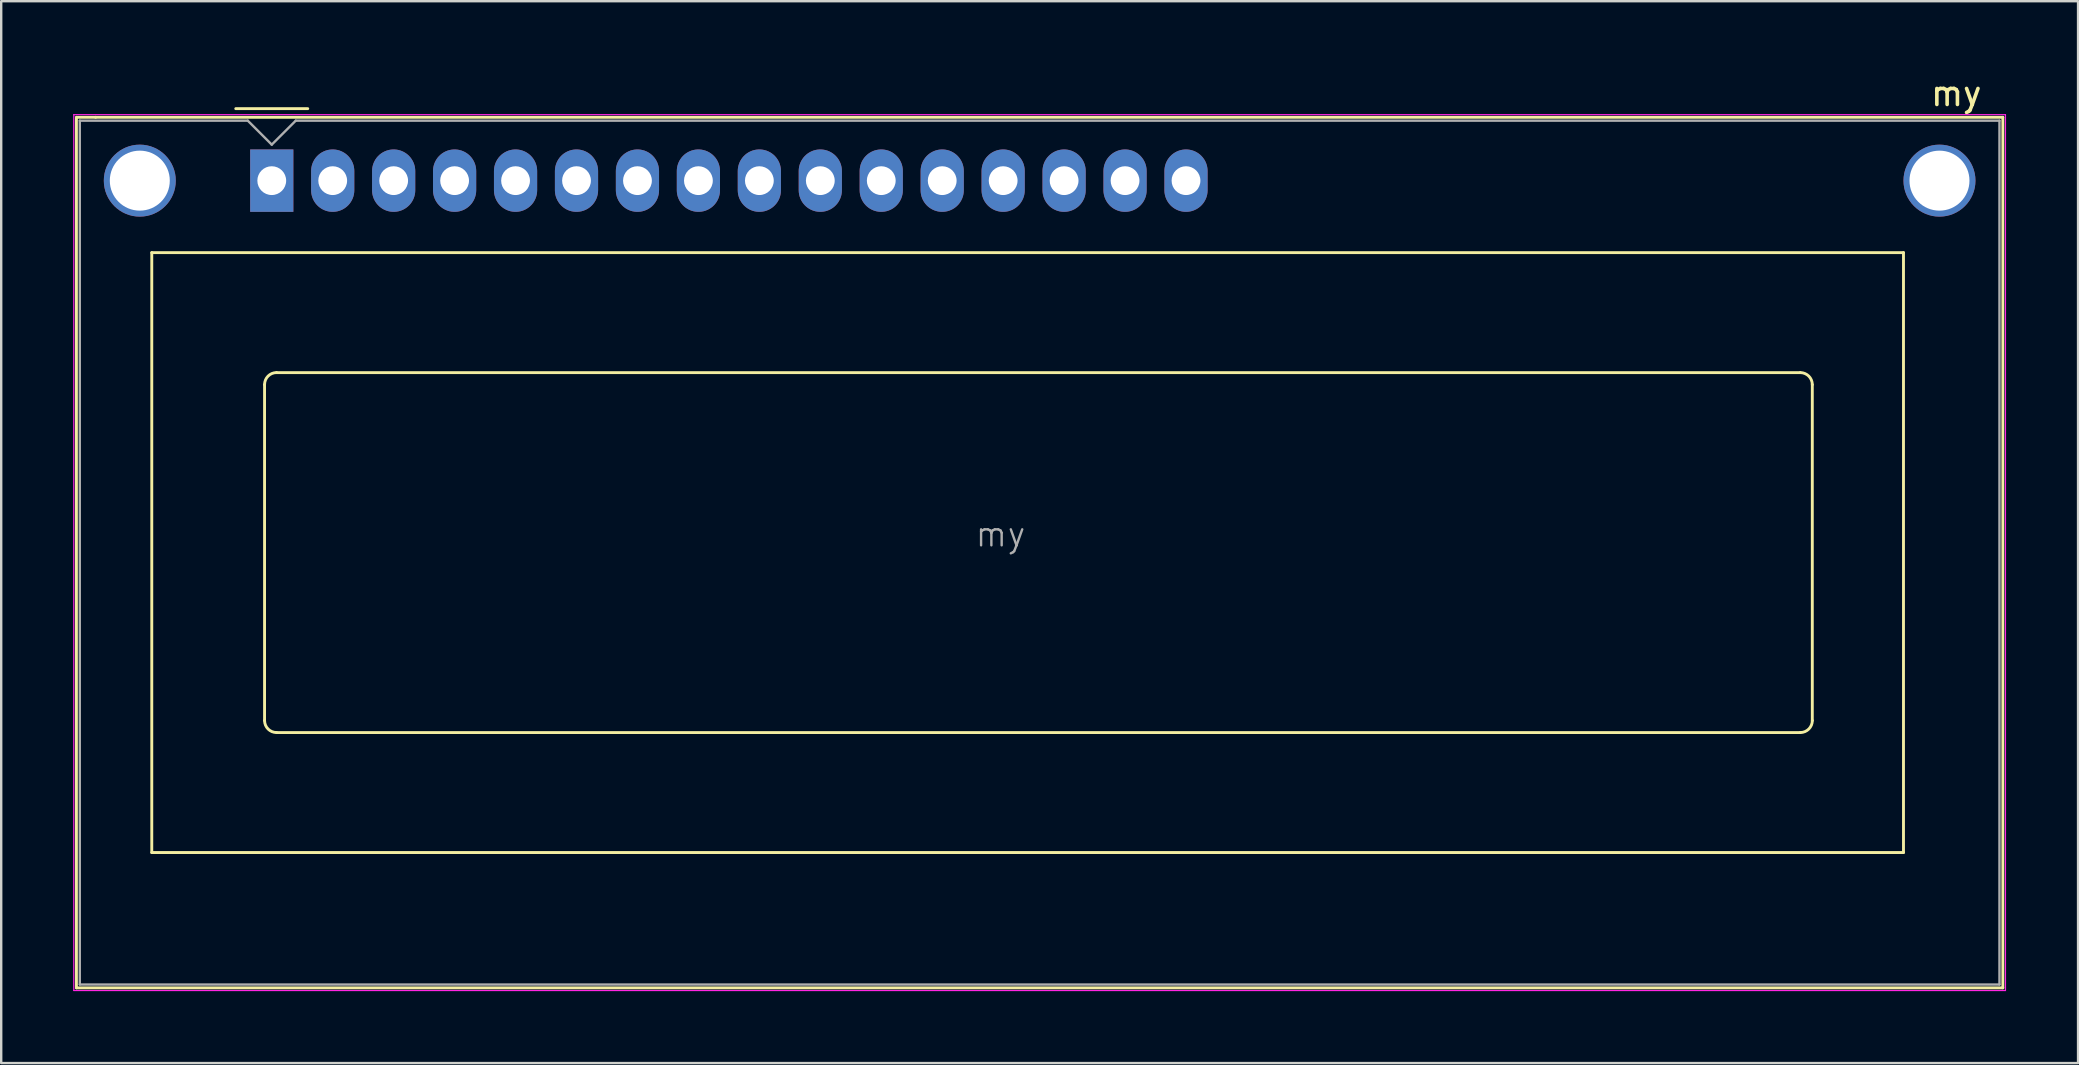
<source format=kicad_pcb>
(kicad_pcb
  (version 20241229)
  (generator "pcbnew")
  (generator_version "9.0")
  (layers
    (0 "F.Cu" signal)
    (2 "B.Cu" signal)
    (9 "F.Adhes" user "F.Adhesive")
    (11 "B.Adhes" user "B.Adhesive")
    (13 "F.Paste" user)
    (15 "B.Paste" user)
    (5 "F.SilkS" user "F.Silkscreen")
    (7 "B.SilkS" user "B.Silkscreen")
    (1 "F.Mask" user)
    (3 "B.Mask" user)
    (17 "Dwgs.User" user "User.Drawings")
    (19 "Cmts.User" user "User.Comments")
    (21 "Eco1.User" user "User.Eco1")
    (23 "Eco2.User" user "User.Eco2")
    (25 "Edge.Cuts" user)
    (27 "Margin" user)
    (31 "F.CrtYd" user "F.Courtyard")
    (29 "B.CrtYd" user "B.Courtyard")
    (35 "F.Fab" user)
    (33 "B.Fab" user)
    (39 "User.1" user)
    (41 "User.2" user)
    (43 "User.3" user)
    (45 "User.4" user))
  (footprint "my"
    (layer "F.Cu")
    (at 8.275 4.478)
    (property "Reference" "my" (at 70.2 -3.63 180) (layer "F.SilkS") (effects (font (size 1 1) (thickness 0.15))))
    (attr through_hole)
    (fp_line (start -8.14 -2.64) (end -8.14 33.64) (stroke (width 0.12) (type solid)) (layer "F.SilkS"))
    (fp_line (start -8.14 33.64) (end 72.14 33.64) (stroke (width 0.12) (type solid)) (layer "F.SilkS"))
    (fp_line (start -8.13 -2.64) (end -7.34 -2.64) (stroke (width 0.12) (type solid)) (layer "F.SilkS"))
    (fp_line (start -5 3) (end 68 3) (stroke (width 0.12) (type solid)) (layer "F.SilkS"))
    (fp_line (start -5 28) (end -5 3) (stroke (width 0.12) (type solid)) (layer "F.SilkS"))
    (fp_line (start -1.5 -3) (end 1.5 -3) (stroke (width 0.12) (type solid)) (layer "F.SilkS"))
    (fp_line (start -0.3 22.499) (end -0.3 8.5) (stroke (width 0.12) (type solid)) (layer "F.SilkS"))
    (fp_line (start 0.2 8) (end 63.7 8) (stroke (width 0.12) (type solid)) (layer "F.SilkS"))
    (fp_line (start 63.701 23) (end 0.2 23) (stroke (width 0.12) (type solid)) (layer "F.SilkS"))
    (fp_line (start 64.2 8.5) (end 64.2 22.5) (stroke (width 0.12) (type solid)) (layer "F.SilkS"))
    (fp_line (start 68 3) (end 68 28) (stroke (width 0.12) (type solid)) (layer "F.SilkS"))
    (fp_line (start 68 28) (end -5 28) (stroke (width 0.12) (type solid)) (layer "F.SilkS"))
    (fp_line (start 72.14 -2.64) (end -7.34 -2.64) (stroke (width 0.12) (type solid)) (layer "F.SilkS"))
    (fp_line (start 72.14 33.64) (end 72.14 -2.64) (stroke (width 0.12) (type solid)) (layer "F.SilkS"))
    (fp_arc (start -0.29972 8.49884) (mid -0.153162 8.145018) (end 0.20066 7.99846) (stroke (width 0.12) (type solid)) (layer "F.SilkS"))
    (fp_arc (start 0.20066 22.9997) (mid -0.153162 22.853142) (end -0.29972 22.49932) (stroke (width 0.12) (type solid)) (layer "F.SilkS"))
    (fp_arc (start 63.7 8) (mid 64.053553 8.146447) (end 64.2 8.5) (stroke (width 0.12) (type solid)) (layer "F.SilkS"))
    (fp_arc (start 64.20104 22.49932) (mid 64.054482 22.853142) (end 63.70066 22.9997) (stroke (width 0.12) (type solid)) (layer "F.SilkS"))
    (fp_line (start -8.25 -2.75) (end -8.25 33.75) (stroke (width 0.05) (type solid)) (layer "F.CrtYd"))
    (fp_line (start -8.25 -2.75) (end 72.25 -2.75) (stroke (width 0.05) (type solid)) (layer "F.CrtYd"))
    (fp_line (start -8.25 33.75) (end 72.25 33.75) (stroke (width 0.05) (type solid)) (layer "F.CrtYd"))
    (fp_line (start 72.25 -2.75) (end 72.25 33.75) (stroke (width 0.05) (type solid)) (layer "F.CrtYd"))
    (fp_line (start -8 33.5) (end -8 -2.5) (stroke (width 0.1) (type solid)) (layer "F.Fab"))
    (fp_line (start -1 -2.5) (end -8 -2.5) (stroke (width 0.1) (type solid)) (layer "F.Fab"))
    (fp_line (start 0 -1.5) (end -1 -2.5) (stroke (width 0.1) (type solid)) (layer "F.Fab"))
    (fp_line (start 1 -2.5) (end 0 -1.5) (stroke (width 0.1) (type solid)) (layer "F.Fab"))
    (fp_line (start 1 -2.5) (end 72 -2.5) (stroke (width 0.1) (type solid)) (layer "F.Fab"))
    (fp_line (start 72 -2.5) (end 72 33.5) (stroke (width 0.1) (type solid)) (layer "F.Fab"))
    (fp_line (start 72 33.5) (end -8 33.5) (stroke (width 0.1) (type solid)) (layer "F.Fab"))
    (fp_text user "${REFERENCE}" (at 30.37 14.74 180) (layer "F.Fab") (effects (font (size 1 1) (thickness 0.1))))
    (pad "" thru_hole circle (at -5.499 0) (size 3 3) (drill 2.5) (layers "*.Cu" "*.Mask"))
    (pad "" thru_hole circle (at 69.5 0) (size 3 3) (drill 2.5) (layers "*.Cu" "*.Mask"))
    (pad "1" thru_hole rect (at 0 0) (size 1.8 2.6) (drill 1.2) (layers "*.Cu" "*.Mask"))
    (pad "2" thru_hole oval (at 2.54 0) (size 1.8 2.6) (drill 1.2) (layers "*.Cu" "*.Mask"))
    (pad "3" thru_hole oval (at 5.08 0) (size 1.8 2.6) (drill 1.2) (layers "*.Cu" "*.Mask"))
    (pad "4" thru_hole oval (at 7.62 0) (size 1.8 2.6) (drill 1.2) (layers "*.Cu" "*.Mask"))
    (pad "5" thru_hole oval (at 10.16 0) (size 1.8 2.6) (drill 1.2) (layers "*.Cu" "*.Mask"))
    (pad "6" thru_hole oval (at 12.7 0) (size 1.8 2.6) (drill 1.2) (layers "*.Cu" "*.Mask"))
    (pad "7" thru_hole oval (at 15.24 0) (size 1.8 2.6) (drill 1.2) (layers "*.Cu" "*.Mask"))
    (pad "8" thru_hole oval (at 17.78 0) (size 1.8 2.6) (drill 1.2) (layers "*.Cu" "*.Mask"))
    (pad "9" thru_hole oval (at 20.32 0) (size 1.8 2.6) (drill 1.2) (layers "*.Cu" "*.Mask"))
    (pad "10" thru_hole oval (at 22.86 0) (size 1.8 2.6) (drill 1.2) (layers "*.Cu" "*.Mask"))
    (pad "11" thru_hole oval (at 25.4 0) (size 1.8 2.6) (drill 1.2) (layers "*.Cu" "*.Mask"))
    (pad "12" thru_hole oval (at 27.94 0) (size 1.8 2.6) (drill 1.2) (layers "*.Cu" "*.Mask"))
    (pad "13" thru_hole oval (at 30.48 0) (size 1.8 2.6) (drill 1.2) (layers "*.Cu" "*.Mask"))
    (pad "14" thru_hole oval (at 33.02 0) (size 1.8 2.6) (drill 1.2) (layers "*.Cu" "*.Mask"))
    (pad "15" thru_hole oval (at 35.56 0) (size 1.8 2.6) (drill 1.2) (layers "*.Cu" "*.Mask"))
    (pad "16" thru_hole oval (at 38.1 0) (size 1.8 2.6) (drill 1.2) (layers "*.Cu" "*.Mask")))
  (gr_rect
    (start -3 -3)
    (end 83.55 41.253)
    (stroke (width 0.1) (type default))
    (fill no)
    (layer "Edge.Cuts")))
</source>
